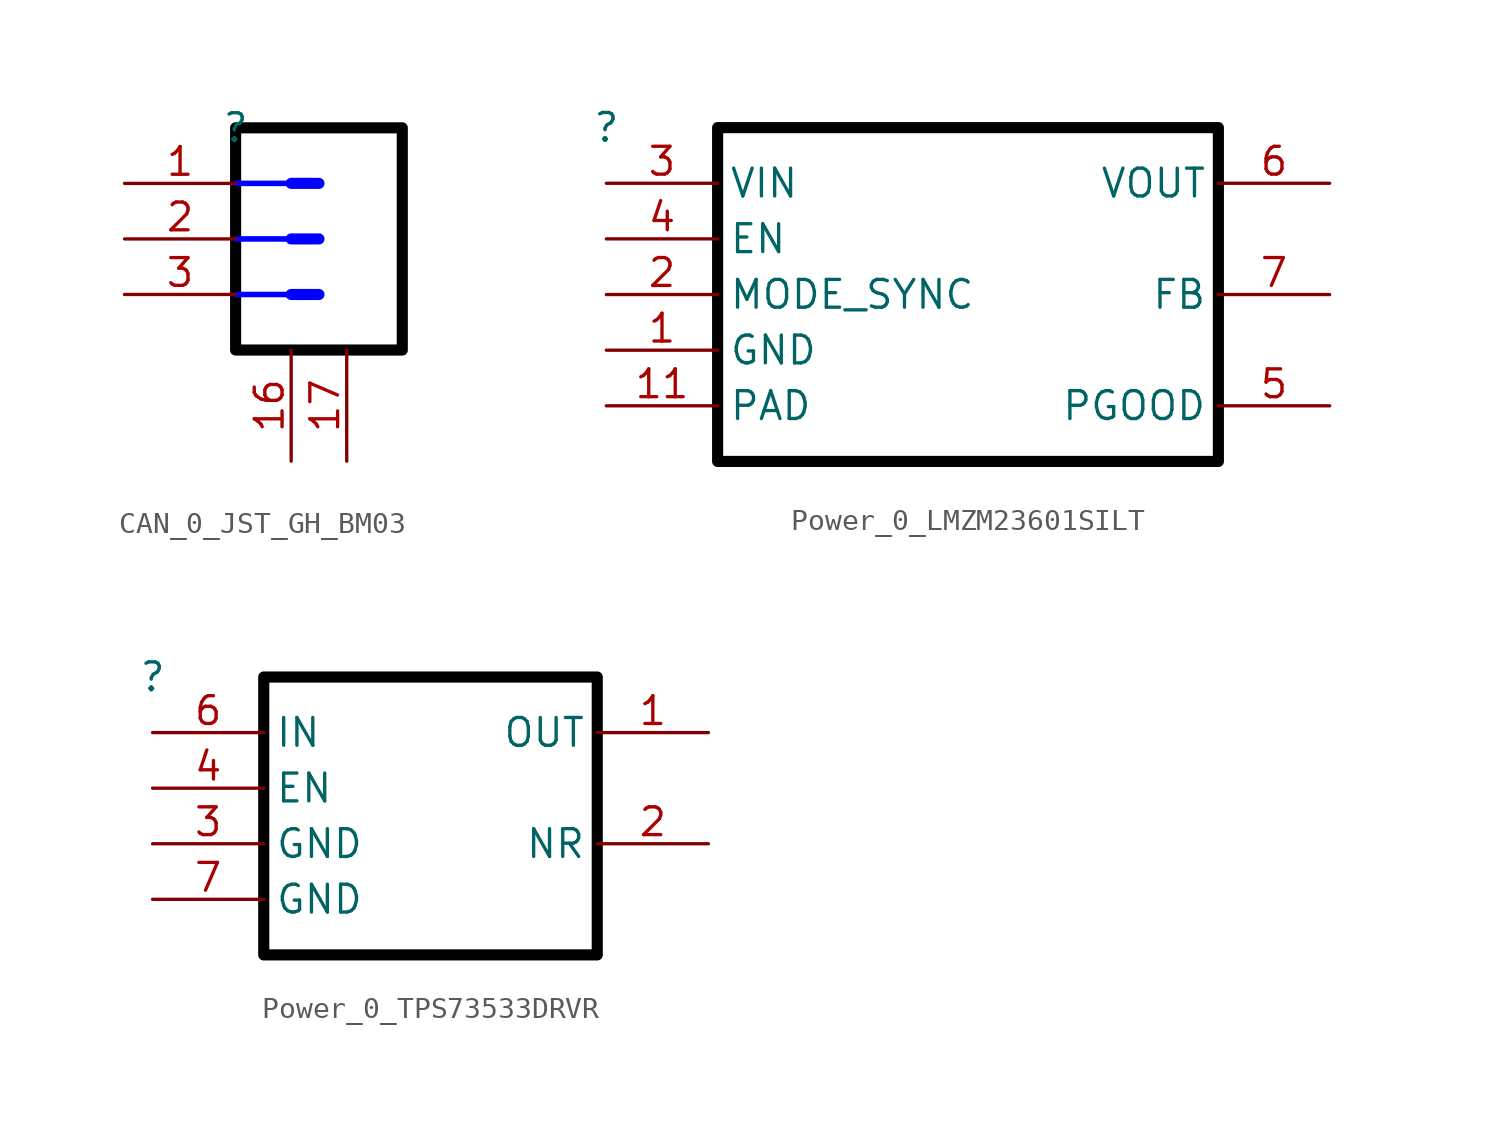
<source format=kicad_sym>
(kicad_symbol_lib
  (version 20220914)
  (generator kicad_symbol_editor)
  (symbol "CAN_0_JST_GH_BM03"
    (property "Reference" ""
      (at 0 0 0)
      (effects (font (size 1.27 1.27))))
    (property "Value" ""
      (at 0 0 0)
      (effects (font (size 1.27 1.27))))
    (symbol "CAN_0_JST_GH_BM03_1_0"
      (polyline (pts (xy 0 -7.62) (xy 2.54 -7.62)) (stroke (width 0.254) (type solid) (color 0 0 255 1)) (fill (type none)))
      (polyline (pts (xy 0 -5.08) (xy 2.54 -5.08)) (stroke (width 0.254) (type solid) (color 0 0 255 1)) (fill (type none)))
      (polyline (pts (xy 0 -2.54) (xy 2.54 -2.54)) (stroke (width 0.254) (type solid) (color 0 0 255 1)) (fill (type none)))
      (polyline (pts (xy 3.81 -7.62) (xy 2.54 -7.62)) (stroke (width 0.508) (type solid) (color 0 0 255 1)) (fill (type none)))
      (polyline (pts (xy 3.81 -5.08) (xy 2.54 -5.08)) (stroke (width 0.508) (type solid) (color 0 0 255 1)) (fill (type none)))
      (polyline (pts (xy 3.81 -2.54) (xy 2.54 -2.54)) (stroke (width 0.508) (type solid) (color 0 0 255 1)) (fill (type none)))
      (polyline (pts (xy 0 0) (xy 0 -10.16) (xy 7.62 -10.16) (xy 7.62 0) (xy 0 0)) (stroke (width 0.508) (type solid) (color 0 0 0 1)) (fill (type none)))
      (pin bidirectional line (at -5.08 -2.54 0) (length 5.08) (name "1" (effects (font (size 0 0)))) (number "1" (effects (font (size 1.27 1.27)))))
      (pin passive line (at 2.54 -15.24 90) (length 5.08) (name "16" (effects (font (size 0 0)))) (number "16" (effects (font (size 1.27 1.27)))))
      (pin passive line (at 5.08 -15.24 90) (length 5.08) (name "17" (effects (font (size 0 0)))) (number "17" (effects (font (size 1.27 1.27)))))
      (pin bidirectional line (at -5.08 -5.08 0) (length 5.08) (name "2" (effects (font (size 0 0)))) (number "2" (effects (font (size 1.27 1.27)))))
      (pin bidirectional line (at -5.08 -7.62 0) (length 5.08) (name "3" (effects (font (size 0 0)))) (number "3" (effects (font (size 1.27 1.27)))))))
  (symbol "Power_0_LMZM23601SILT"
    (property "Reference" ""
      (at 0 0 0)
      (effects (font (size 1.27 1.27))))
    (property "Value" ""
      (at 0 0 0)
      (effects (font (size 1.27 1.27))))
    (symbol "Power_0_LMZM23601SILT_1_0"
      (polyline (pts (xy 5.08 0) (xy 5.08 -15.24) (xy 27.94 -15.24) (xy 27.94 0) (xy 5.08 0)) (stroke (width 0.508) (type solid) (color 0 0 0 1)) (fill (type none)))
      (pin power_in line (at 0 -10.16 0) (length 5.08) (name "GND" (effects (font (size 1.27 1.27)))) (number "1" (effects (font (size 1.27 1.27)))))
      (pin power_in line (at 0 -12.7 0) (length 5.08) (name "PAD" (effects (font (size 1.27 1.27)))) (number "11" (effects (font (size 1.27 1.27)))))
      (pin input line (at 0 -7.62 0) (length 5.08) (name "MODE_SYNC" (effects (font (size 1.27 1.27)))) (number "2" (effects (font (size 1.27 1.27)))))
      (pin power_in line (at 0 -2.54 0) (length 5.08) (name "VIN" (effects (font (size 1.27 1.27)))) (number "3" (effects (font (size 1.27 1.27)))))
      (pin input line (at 0 -5.08 0) (length 5.08) (name "EN" (effects (font (size 1.27 1.27)))) (number "4" (effects (font (size 1.27 1.27)))))
      (pin open_collector line (at 33.02 -12.7 180) (length 5.08) (name "PGOOD" (effects (font (size 1.27 1.27)))) (number "5" (effects (font (size 1.27 1.27)))))
      (pin power_in line (at 33.02 -2.54 180) (length 5.08) (name "VOUT" (effects (font (size 1.27 1.27)))) (number "6" (effects (font (size 1.27 1.27)))))
      (pin input line (at 33.02 -7.62 180) (length 5.08) (name "FB" (effects (font (size 1.27 1.27)))) (number "7" (effects (font (size 1.27 1.27)))))))
  (symbol "Power_0_TPS73533DRVR"
    (property "Reference" ""
      (at 0 0 0)
      (effects (font (size 1.27 1.27))))
    (property "Value" ""
      (at 0 0 0)
      (effects (font (size 1.27 1.27))))
    (symbol "Power_0_TPS73533DRVR_1_0"
      (polyline (pts (xy 5.08 0) (xy 5.08 -12.7) (xy 20.32 -12.7) (xy 20.32 0) (xy 5.08 0)) (stroke (width 0.508) (type solid) (color 0 0 0 1)) (fill (type none)))
      (pin power_in line (at 25.4 -2.54 180) (length 5.08) (name "OUT" (effects (font (size 1.27 1.27)))) (number "1" (effects (font (size 1.27 1.27)))))
      (pin passive line (at 25.4 -7.62 180) (length 5.08) (name "NR" (effects (font (size 1.27 1.27)))) (number "2" (effects (font (size 1.27 1.27)))))
      (pin power_in line (at 0 -7.62 0) (length 5.08) (name "GND" (effects (font (size 1.27 1.27)))) (number "3" (effects (font (size 1.27 1.27)))))
      (pin input line (at 0 -5.08 0) (length 5.08) (name "EN" (effects (font (size 1.27 1.27)))) (number "4" (effects (font (size 1.27 1.27)))))
      (pin power_in line (at 0 -2.54 0) (length 5.08) (name "IN" (effects (font (size 1.27 1.27)))) (number "6" (effects (font (size 1.27 1.27)))))
      (pin power_in line (at 0 -10.16 0) (length 5.08) (name "GND" (effects (font (size 1.27 1.27)))) (number "7" (effects (font (size 1.27 1.27))))))))
</source>
